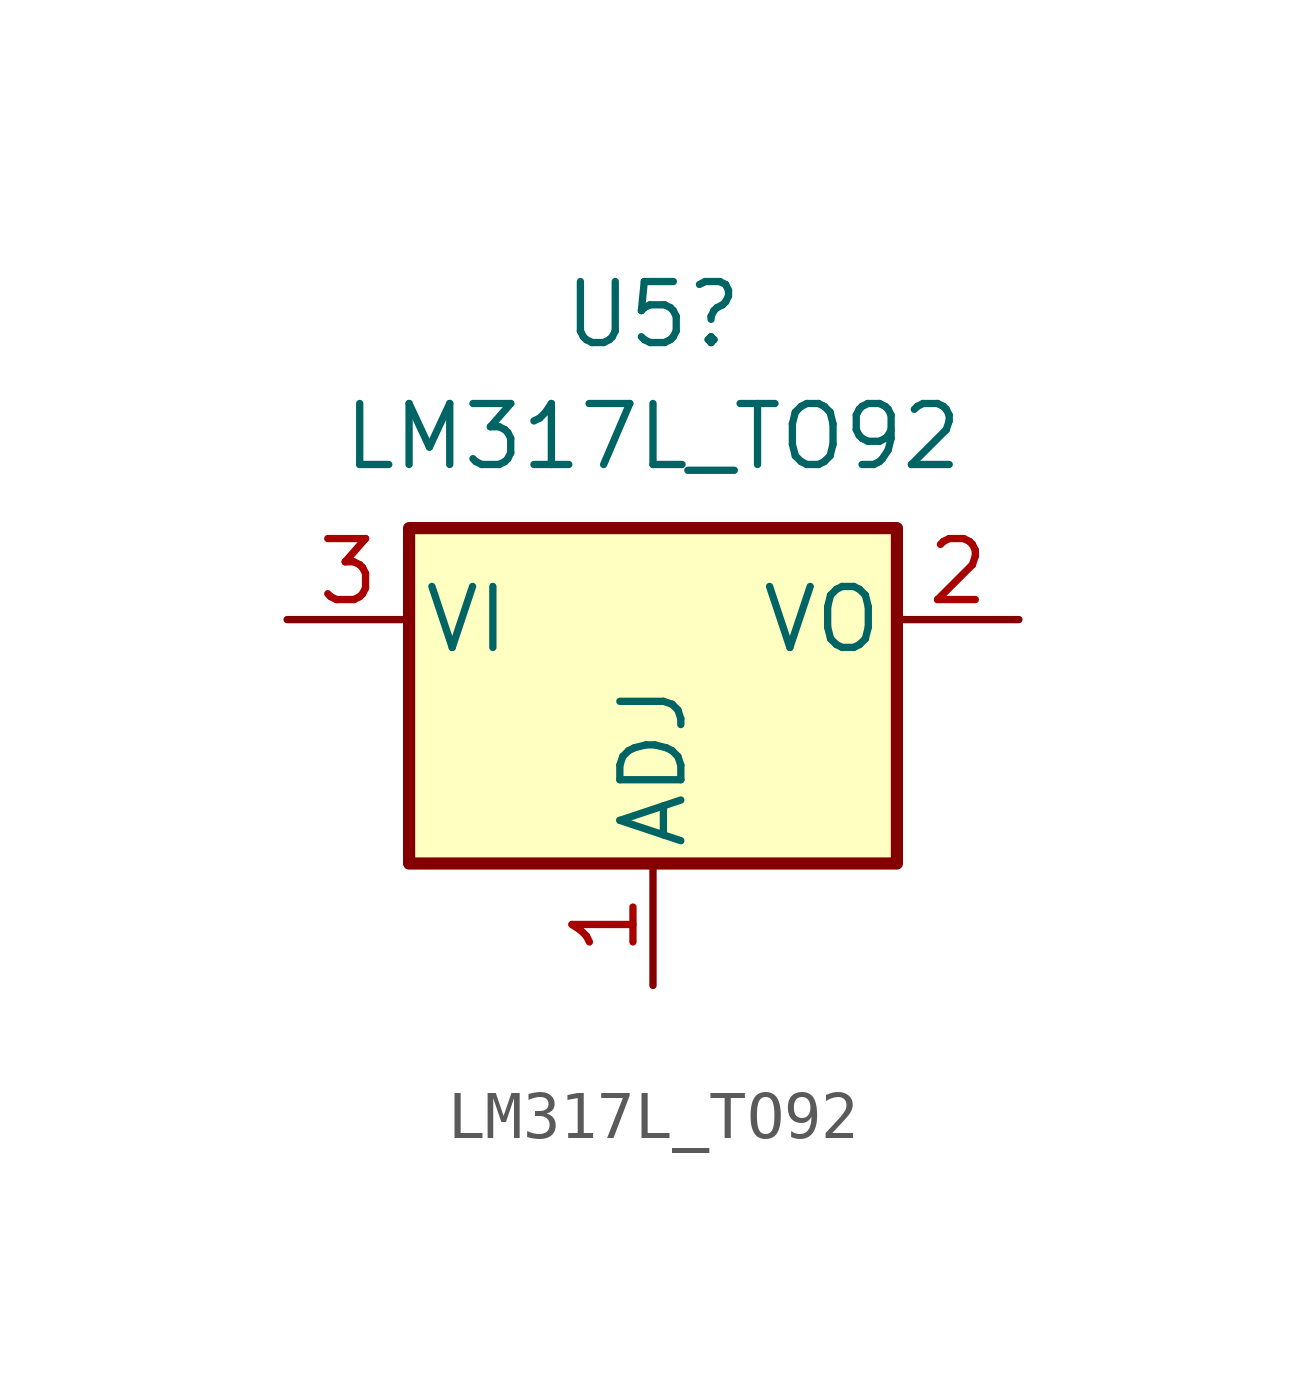
<source format=kicad_sym>
(kicad_symbol_lib
  (version 20231120)
  (generator "kicad_symbol_editor")
  (generator_version "8.0")
  (symbol "LM317L_TO92"
    (pin_names
      (offset 0.254))
    (property "Reference" "U5"
      (at 0 6.35 0)
      (effects (font (size 1.27 1.27))))
    (property "Value" "LM317L_TO92"
      (at 0 3.81 0)
      (effects (font (size 1.27 1.27))))
    (symbol "LM317L_TO92_0_1"
      (rectangle (start -5.08 1.905) (end 5.08 -5.08) (stroke (width 0.254) (type default)) (fill (type background))))
    (symbol "LM317L_TO92_1_1"
      (pin input line (at 0 -7.62 90) (length 2.54) (name "ADJ" (effects (font (size 1.27 1.27)))) (number "1" (effects (font (size 1.27 1.27)))))
      (pin power_out line (at 7.62 0 180) (length 2.54) (name "VO" (effects (font (size 1.27 1.27)))) (number "2" (effects (font (size 1.27 1.27)))))
      (pin power_in line (at -7.62 0 0) (length 2.54) (name "VI" (effects (font (size 1.27 1.27)))) (number "3" (effects (font (size 1.27 1.27))))))))
</source>
